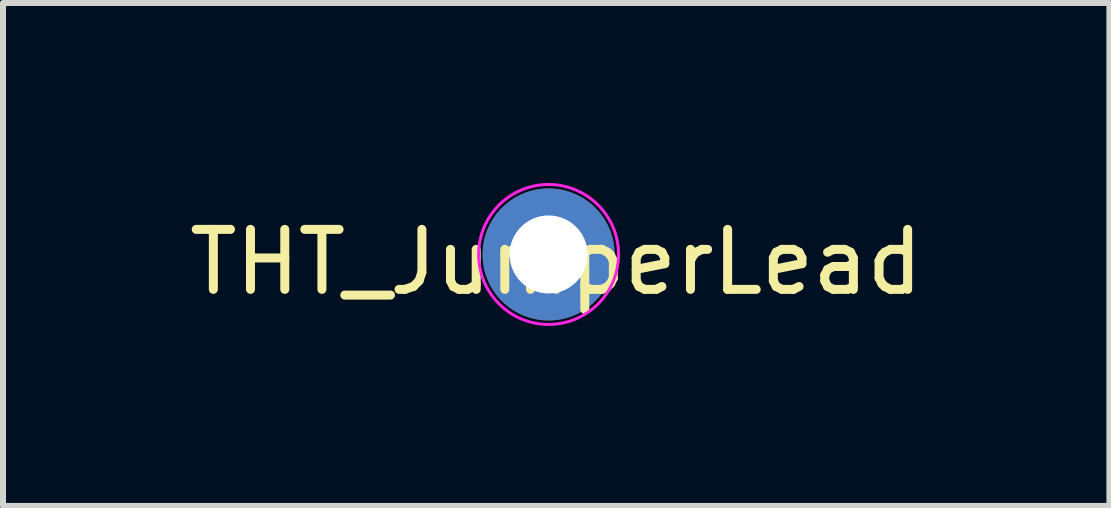
<source format=kicad_pcb>
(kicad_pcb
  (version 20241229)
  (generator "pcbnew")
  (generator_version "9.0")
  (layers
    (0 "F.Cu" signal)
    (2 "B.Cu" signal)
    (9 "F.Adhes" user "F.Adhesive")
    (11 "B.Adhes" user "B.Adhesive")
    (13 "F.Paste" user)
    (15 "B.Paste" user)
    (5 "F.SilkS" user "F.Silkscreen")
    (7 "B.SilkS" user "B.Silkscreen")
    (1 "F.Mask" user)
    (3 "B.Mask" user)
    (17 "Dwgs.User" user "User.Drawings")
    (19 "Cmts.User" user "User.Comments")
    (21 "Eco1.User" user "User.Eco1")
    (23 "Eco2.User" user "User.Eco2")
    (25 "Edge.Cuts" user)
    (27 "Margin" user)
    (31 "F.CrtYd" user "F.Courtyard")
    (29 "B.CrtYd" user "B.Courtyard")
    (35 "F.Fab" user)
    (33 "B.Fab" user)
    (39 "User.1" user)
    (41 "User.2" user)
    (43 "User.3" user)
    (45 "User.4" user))
  (footprint "THT_JumperLead"
    (layer "F.Cu")
    (at 6.093 1.191)
    (property "Reference" "THT_JumperLead" (at 0.127 0.127 0) (layer "F.SilkS") (effects (font (size 1 1) (thickness 0.15))))
    (attr through_hole)
    (fp_circle (center 0 0) (end 0.6 -1) (stroke (width 0.05) (type default)) (fill no) (layer "F.CrtYd"))
    (pad "1" thru_hole circle (at 0 0) (size 2.2 2.2) (drill 1.3) (layers "*.Cu" "*.Mask")))
  (gr_rect
    (start -3 -3)
    (end 15.44 5.382)
    (stroke (width 0.1) (type default))
    (fill no)
    (layer "Edge.Cuts")))
</source>
